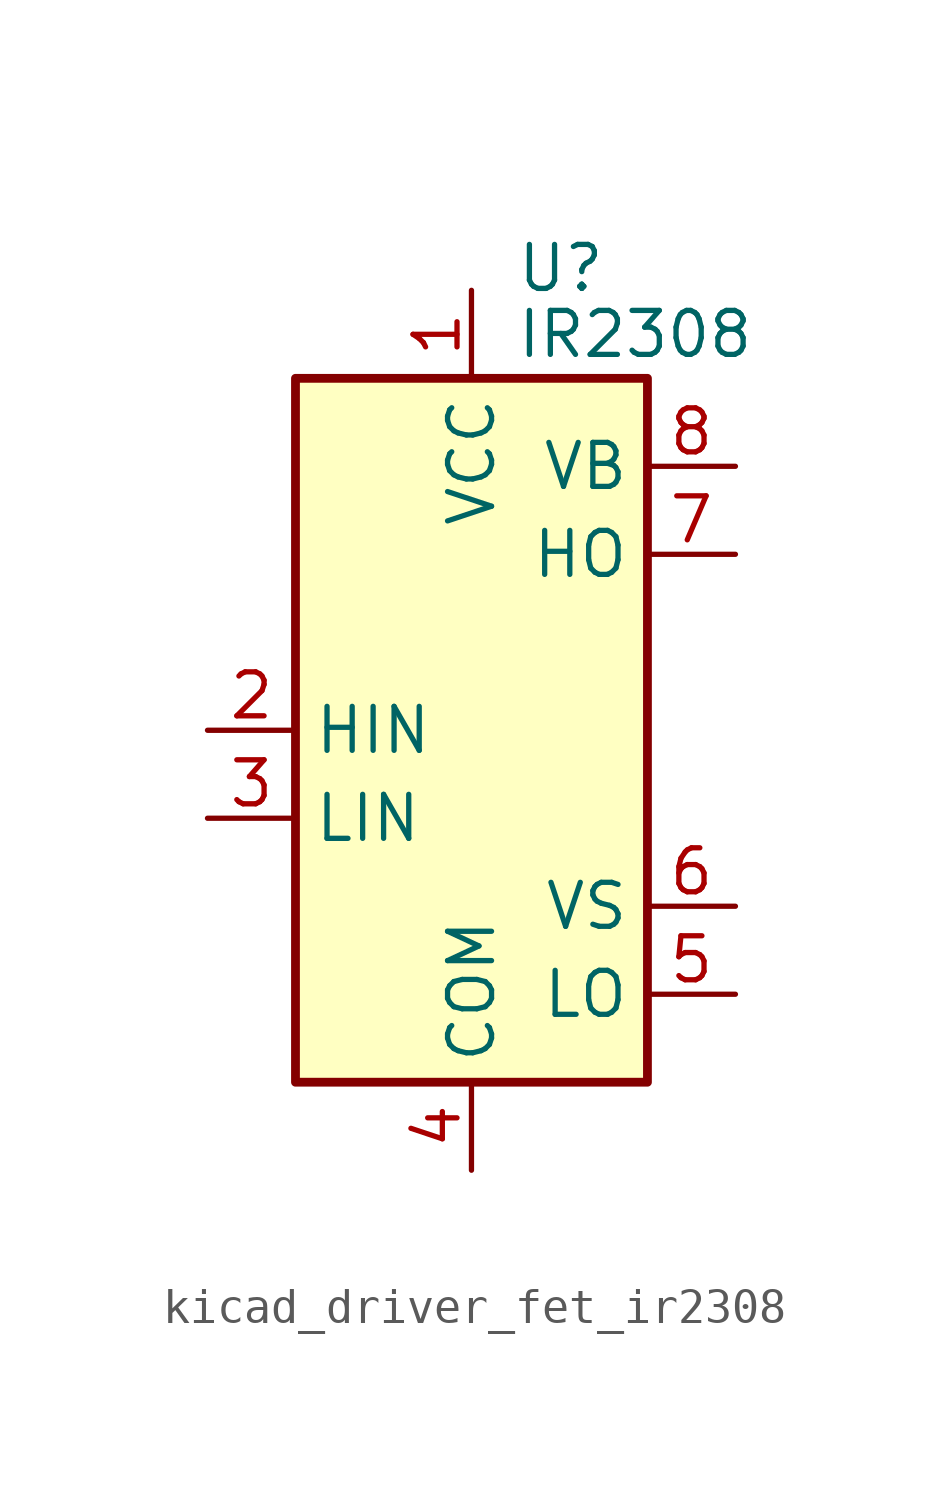
<source format=kicad_sym>
(kicad_symbol_lib
  (version 20220914)
  (generator kicad_symbol_editor)
  (symbol "kicad_driver_fet_ir2308"
    (property "Reference" "U"
      (at 1.27 13.335 0)
      (effects (font (size 1.27 1.27)) (justify left)))
    (property "Value" "IR2308"
      (at 1.27 11.43 0)
      (effects (font (size 1.27 1.27)) (justify left)))
    (symbol "kicad_driver_fet_ir2308_0_1"
      (rectangle (start -5.08 -10.16) (end 5.08 10.16) (stroke (width 0.254) (type default)) (fill (type background))))
    (symbol "kicad_driver_fet_ir2308_1_1"
      (pin power_in line (at 0 12.7 270) (length 2.54) (name "VCC" (effects (font (size 1.27 1.27)))) (number "1" (effects (font (size 1.27 1.27)))))
      (pin input line (at -7.62 0 0) (length 2.54) (name "HIN" (effects (font (size 1.27 1.27)))) (number "2" (effects (font (size 1.27 1.27)))))
      (pin input line (at -7.62 -2.54 0) (length 2.54) (name "LIN" (effects (font (size 1.27 1.27)))) (number "3" (effects (font (size 1.27 1.27)))))
      (pin power_in line (at 0 -12.7 90) (length 2.54) (name "COM" (effects (font (size 1.27 1.27)))) (number "4" (effects (font (size 1.27 1.27)))))
      (pin output line (at 7.62 -7.62 180) (length 2.54) (name "LO" (effects (font (size 1.27 1.27)))) (number "5" (effects (font (size 1.27 1.27)))))
      (pin passive line (at 7.62 -5.08 180) (length 2.54) (name "VS" (effects (font (size 1.27 1.27)))) (number "6" (effects (font (size 1.27 1.27)))))
      (pin output line (at 7.62 5.08 180) (length 2.54) (name "HO" (effects (font (size 1.27 1.27)))) (number "7" (effects (font (size 1.27 1.27)))))
      (pin passive line (at 7.62 7.62 180) (length 2.54) (name "VB" (effects (font (size 1.27 1.27)))) (number "8" (effects (font (size 1.27 1.27))))))))
</source>
